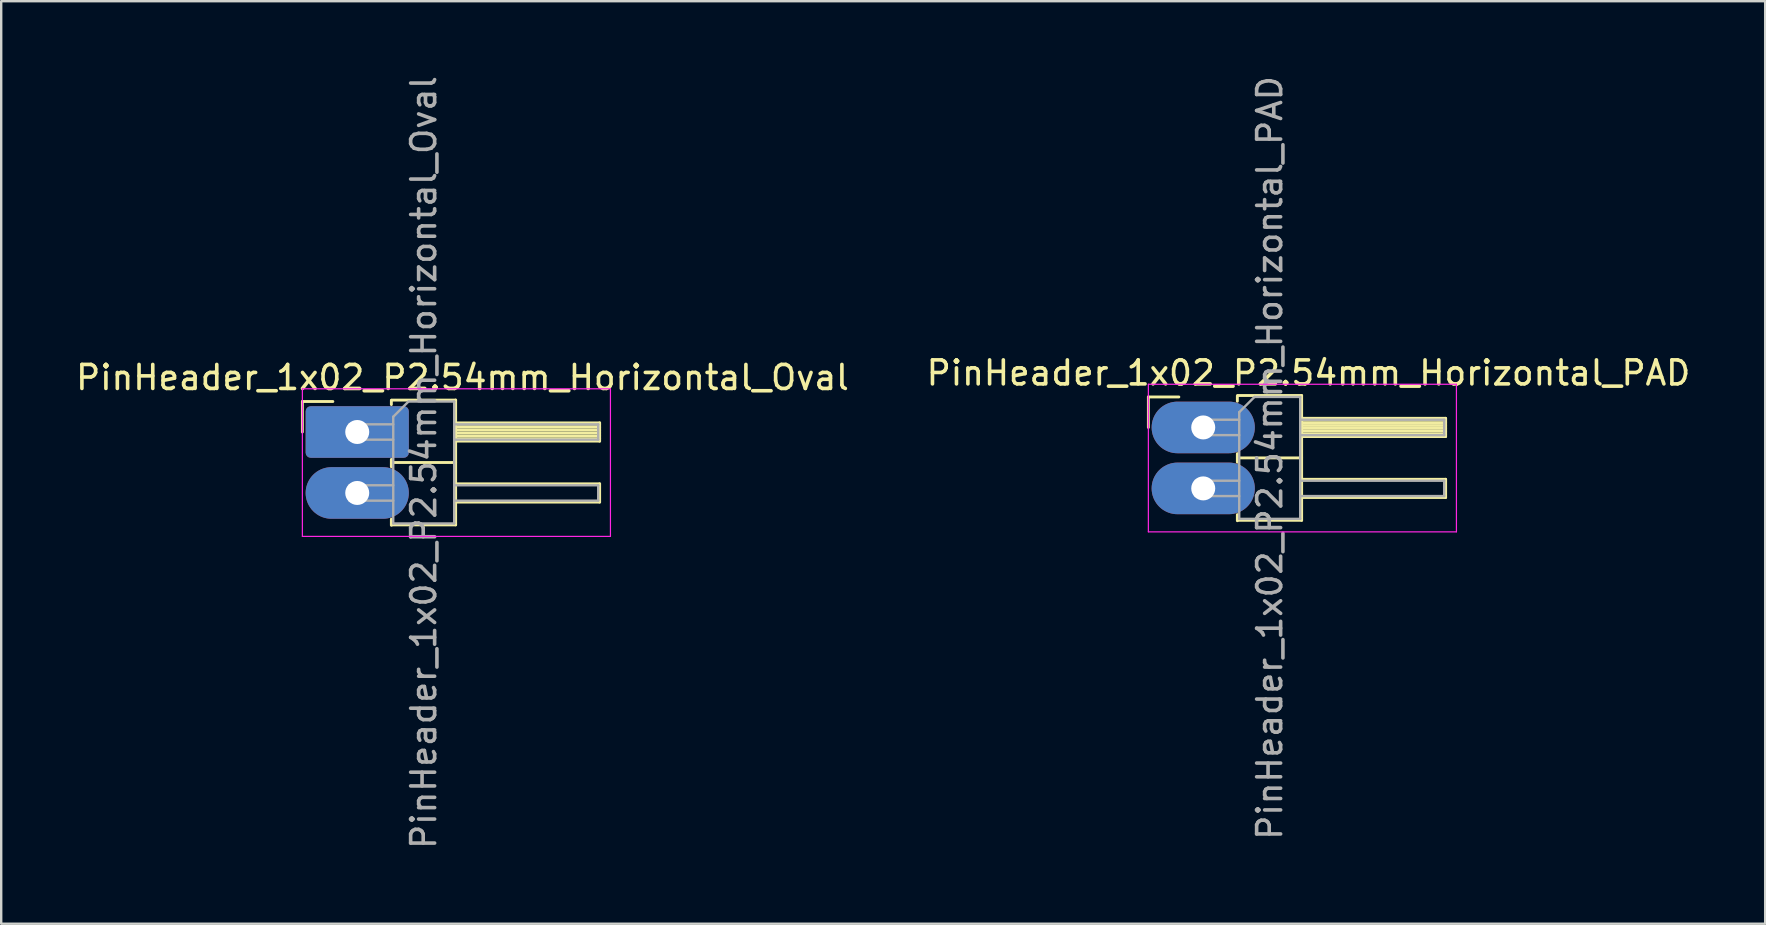
<source format=kicad_pcb>
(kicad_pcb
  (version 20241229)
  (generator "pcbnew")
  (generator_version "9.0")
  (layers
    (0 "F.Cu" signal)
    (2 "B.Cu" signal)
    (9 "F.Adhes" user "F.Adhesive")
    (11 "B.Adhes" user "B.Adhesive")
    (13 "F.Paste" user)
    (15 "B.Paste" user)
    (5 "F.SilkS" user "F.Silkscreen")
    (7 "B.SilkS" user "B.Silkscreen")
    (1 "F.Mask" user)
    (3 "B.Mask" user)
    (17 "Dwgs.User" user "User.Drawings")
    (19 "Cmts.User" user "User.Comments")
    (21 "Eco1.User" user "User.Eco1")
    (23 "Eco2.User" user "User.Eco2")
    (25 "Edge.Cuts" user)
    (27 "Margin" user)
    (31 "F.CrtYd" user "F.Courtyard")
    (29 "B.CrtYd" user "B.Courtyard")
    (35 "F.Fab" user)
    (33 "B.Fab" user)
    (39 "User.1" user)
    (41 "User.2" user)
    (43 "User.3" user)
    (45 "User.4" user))
  (footprint "PinHeader_1x02_P2.54mm_Horizontal_PAD"
    (layer "F.Cu")
    (at 47.085 14.76)
    (property "Reference" "PinHeader_1x02_P2.54mm_Horizontal_PAD" (at 4.385 -2.27 0) (layer "F.SilkS") (effects (font (size 1 1) (thickness 0.15))))
    (attr through_hole)
    (fp_line (start -2.286 -1.27) (end -1.016 -1.27) (stroke (width 0.12) (type solid)) (layer "F.SilkS"))
    (fp_line (start -2.286 0) (end -2.286 -1.27) (stroke (width 0.12) (type solid)) (layer "F.SilkS"))
    (fp_line (start 1.422 -1.321) (end 1.422 -1.092) (stroke (width 0.12) (type solid)) (layer "F.SilkS"))
    (fp_line (start 1.422 1.092) (end 1.422 1.448) (stroke (width 0.12) (type solid)) (layer "F.SilkS"))
    (fp_line (start 1.422 3.632) (end 1.422 3.886) (stroke (width 0.12) (type solid)) (layer "F.SilkS"))
    (fp_line (start 1.44 1.27) (end 4.1 1.27) (stroke (width 0.12) (type solid)) (layer "F.SilkS"))
    (fp_line (start 1.44 3.87) (end 4.1 3.87) (stroke (width 0.12) (type solid)) (layer "F.SilkS"))
    (fp_line (start 4.1 -1.33) (end 1.44 -1.33) (stroke (width 0.12) (type solid)) (layer "F.SilkS"))
    (fp_line (start 4.1 -0.38) (end 10.1 -0.38) (stroke (width 0.12) (type solid)) (layer "F.SilkS"))
    (fp_line (start 4.1 -0.32) (end 10.1 -0.32) (stroke (width 0.12) (type solid)) (layer "F.SilkS"))
    (fp_line (start 4.1 -0.2) (end 10.1 -0.2) (stroke (width 0.12) (type solid)) (layer "F.SilkS"))
    (fp_line (start 4.1 -0.08) (end 10.1 -0.08) (stroke (width 0.12) (type solid)) (layer "F.SilkS"))
    (fp_line (start 4.1 0.04) (end 10.1 0.04) (stroke (width 0.12) (type solid)) (layer "F.SilkS"))
    (fp_line (start 4.1 0.16) (end 10.1 0.16) (stroke (width 0.12) (type solid)) (layer "F.SilkS"))
    (fp_line (start 4.1 0.28) (end 10.1 0.28) (stroke (width 0.12) (type solid)) (layer "F.SilkS"))
    (fp_line (start 4.1 2.16) (end 10.1 2.16) (stroke (width 0.12) (type solid)) (layer "F.SilkS"))
    (fp_line (start 4.1 3.87) (end 4.1 -1.33) (stroke (width 0.12) (type solid)) (layer "F.SilkS"))
    (fp_line (start 10.1 -0.38) (end 10.1 0.38) (stroke (width 0.12) (type solid)) (layer "F.SilkS"))
    (fp_line (start 10.1 0.38) (end 4.1 0.38) (stroke (width 0.12) (type solid)) (layer "F.SilkS"))
    (fp_line (start 10.1 2.16) (end 10.1 2.92) (stroke (width 0.12) (type solid)) (layer "F.SilkS"))
    (fp_line (start 10.1 2.92) (end 4.1 2.92) (stroke (width 0.12) (type solid)) (layer "F.SilkS"))
    (fp_line (start -2.286 -1.8) (end -2.286 4.35) (stroke (width 0.05) (type solid)) (layer "F.CrtYd"))
    (fp_line (start -2.286 4.35) (end 10.55 4.35) (stroke (width 0.05) (type solid)) (layer "F.CrtYd"))
    (fp_line (start 10.55 -1.8) (end -2.286 -1.8) (stroke (width 0.05) (type solid)) (layer "F.CrtYd"))
    (fp_line (start 10.55 4.35) (end 10.55 -1.8) (stroke (width 0.05) (type solid)) (layer "F.CrtYd"))
    (fp_line (start -0.32 -0.32) (end -0.32 0.32) (stroke (width 0.1) (type solid)) (layer "F.Fab"))
    (fp_line (start -0.32 -0.32) (end 1.5 -0.32) (stroke (width 0.1) (type solid)) (layer "F.Fab"))
    (fp_line (start -0.32 0.32) (end 1.5 0.32) (stroke (width 0.1) (type solid)) (layer "F.Fab"))
    (fp_line (start -0.32 2.22) (end -0.32 2.86) (stroke (width 0.1) (type solid)) (layer "F.Fab"))
    (fp_line (start -0.32 2.22) (end 1.5 2.22) (stroke (width 0.1) (type solid)) (layer "F.Fab"))
    (fp_line (start -0.32 2.86) (end 1.5 2.86) (stroke (width 0.1) (type solid)) (layer "F.Fab"))
    (fp_line (start 1.5 -0.635) (end 2.135 -1.27) (stroke (width 0.1) (type solid)) (layer "F.Fab"))
    (fp_line (start 1.5 3.81) (end 1.5 -0.635) (stroke (width 0.1) (type solid)) (layer "F.Fab"))
    (fp_line (start 2.135 -1.27) (end 4.04 -1.27) (stroke (width 0.1) (type solid)) (layer "F.Fab"))
    (fp_line (start 4.04 -1.27) (end 4.04 3.81) (stroke (width 0.1) (type solid)) (layer "F.Fab"))
    (fp_line (start 4.04 -0.32) (end 10.04 -0.32) (stroke (width 0.1) (type solid)) (layer "F.Fab"))
    (fp_line (start 4.04 0.32) (end 10.04 0.32) (stroke (width 0.1) (type solid)) (layer "F.Fab"))
    (fp_line (start 4.04 2.22) (end 10.04 2.22) (stroke (width 0.1) (type solid)) (layer "F.Fab"))
    (fp_line (start 4.04 2.86) (end 10.04 2.86) (stroke (width 0.1) (type solid)) (layer "F.Fab"))
    (fp_line (start 4.04 3.81) (end 1.5 3.81) (stroke (width 0.1) (type solid)) (layer "F.Fab"))
    (fp_line (start 10.04 -0.32) (end 10.04 0.32) (stroke (width 0.1) (type solid)) (layer "F.Fab"))
    (fp_line (start 10.04 2.22) (end 10.04 2.86) (stroke (width 0.1) (type solid)) (layer "F.Fab"))
    (fp_text user "${REFERENCE}" (at 2.77 1.27 90) (layer "F.Fab") (effects (font (size 1 1) (thickness 0.15))))
    (pad "1" thru_hole oval (at 0 0) (size 4.3 2.15) (drill 1) (layers "*.Cu" "*.Mask"))
    (pad "2" thru_hole oval (at 0 2.54) (size 4.3 2.15) (drill 1) (layers "*.Cu" "*.Mask")))
  (footprint "PinHeader_1x02_P2.54mm_Horizontal_Oval"
    (layer "F.Cu")
    (at 11.835 14.95)
    (property "Reference" "PinHeader_1x02_P2.54mm_Horizontal_Oval" (at 4.385 -2.27 0) (layer "F.SilkS") (effects (font (size 1 1) (thickness 0.15))))
    (attr through_hole)
    (fp_line (start -2.286 -1.27) (end -1.016 -1.27) (stroke (width 0.12) (type solid)) (layer "F.SilkS"))
    (fp_line (start -2.286 0) (end -2.286 -1.27) (stroke (width 0.12) (type solid)) (layer "F.SilkS"))
    (fp_line (start 1.422 -1.321) (end 1.422 -1.143) (stroke (width 0.12) (type solid)) (layer "F.SilkS"))
    (fp_line (start 1.422 1.143) (end 1.422 1.448) (stroke (width 0.12) (type solid)) (layer "F.SilkS"))
    (fp_line (start 1.422 3.632) (end 1.422 3.886) (stroke (width 0.12) (type solid)) (layer "F.SilkS"))
    (fp_line (start 1.44 1.27) (end 4.1 1.27) (stroke (width 0.12) (type solid)) (layer "F.SilkS"))
    (fp_line (start 1.44 3.87) (end 4.1 3.87) (stroke (width 0.12) (type solid)) (layer "F.SilkS"))
    (fp_line (start 4.1 -1.33) (end 1.44 -1.33) (stroke (width 0.12) (type solid)) (layer "F.SilkS"))
    (fp_line (start 4.1 -0.38) (end 10.1 -0.38) (stroke (width 0.12) (type solid)) (layer "F.SilkS"))
    (fp_line (start 4.1 -0.32) (end 10.1 -0.32) (stroke (width 0.12) (type solid)) (layer "F.SilkS"))
    (fp_line (start 4.1 -0.2) (end 10.1 -0.2) (stroke (width 0.12) (type solid)) (layer "F.SilkS"))
    (fp_line (start 4.1 -0.08) (end 10.1 -0.08) (stroke (width 0.12) (type solid)) (layer "F.SilkS"))
    (fp_line (start 4.1 0.04) (end 10.1 0.04) (stroke (width 0.12) (type solid)) (layer "F.SilkS"))
    (fp_line (start 4.1 0.16) (end 10.1 0.16) (stroke (width 0.12) (type solid)) (layer "F.SilkS"))
    (fp_line (start 4.1 0.28) (end 10.1 0.28) (stroke (width 0.12) (type solid)) (layer "F.SilkS"))
    (fp_line (start 4.1 2.16) (end 10.1 2.16) (stroke (width 0.12) (type solid)) (layer "F.SilkS"))
    (fp_line (start 4.1 3.87) (end 4.1 -1.33) (stroke (width 0.12) (type solid)) (layer "F.SilkS"))
    (fp_line (start 10.1 -0.38) (end 10.1 0.38) (stroke (width 0.12) (type solid)) (layer "F.SilkS"))
    (fp_line (start 10.1 0.38) (end 4.1 0.38) (stroke (width 0.12) (type solid)) (layer "F.SilkS"))
    (fp_line (start 10.1 2.16) (end 10.1 2.92) (stroke (width 0.12) (type solid)) (layer "F.SilkS"))
    (fp_line (start 10.1 2.92) (end 4.1 2.92) (stroke (width 0.12) (type solid)) (layer "F.SilkS"))
    (fp_line (start -2.286 -1.8) (end -2.286 4.35) (stroke (width 0.05) (type solid)) (layer "F.CrtYd"))
    (fp_line (start -2.286 4.35) (end 10.55 4.35) (stroke (width 0.05) (type solid)) (layer "F.CrtYd"))
    (fp_line (start 10.55 -1.8) (end -2.286 -1.8) (stroke (width 0.05) (type solid)) (layer "F.CrtYd"))
    (fp_line (start 10.55 4.35) (end 10.55 -1.8) (stroke (width 0.05) (type solid)) (layer "F.CrtYd"))
    (fp_line (start -0.32 -0.32) (end -0.32 0.32) (stroke (width 0.1) (type solid)) (layer "F.Fab"))
    (fp_line (start -0.32 -0.32) (end 1.5 -0.32) (stroke (width 0.1) (type solid)) (layer "F.Fab"))
    (fp_line (start -0.32 0.32) (end 1.5 0.32) (stroke (width 0.1) (type solid)) (layer "F.Fab"))
    (fp_line (start -0.32 2.22) (end -0.32 2.86) (stroke (width 0.1) (type solid)) (layer "F.Fab"))
    (fp_line (start -0.32 2.22) (end 1.5 2.22) (stroke (width 0.1) (type solid)) (layer "F.Fab"))
    (fp_line (start -0.32 2.86) (end 1.5 2.86) (stroke (width 0.1) (type solid)) (layer "F.Fab"))
    (fp_line (start 1.5 -0.635) (end 2.135 -1.27) (stroke (width 0.1) (type solid)) (layer "F.Fab"))
    (fp_line (start 1.5 3.81) (end 1.5 -0.635) (stroke (width 0.1) (type solid)) (layer "F.Fab"))
    (fp_line (start 2.135 -1.27) (end 4.04 -1.27) (stroke (width 0.1) (type solid)) (layer "F.Fab"))
    (fp_line (start 4.04 -1.27) (end 4.04 3.81) (stroke (width 0.1) (type solid)) (layer "F.Fab"))
    (fp_line (start 4.04 -0.32) (end 10.04 -0.32) (stroke (width 0.1) (type solid)) (layer "F.Fab"))
    (fp_line (start 4.04 0.32) (end 10.04 0.32) (stroke (width 0.1) (type solid)) (layer "F.Fab"))
    (fp_line (start 4.04 2.22) (end 10.04 2.22) (stroke (width 0.1) (type solid)) (layer "F.Fab"))
    (fp_line (start 4.04 2.86) (end 10.04 2.86) (stroke (width 0.1) (type solid)) (layer "F.Fab"))
    (fp_line (start 4.04 3.81) (end 1.5 3.81) (stroke (width 0.1) (type solid)) (layer "F.Fab"))
    (fp_line (start 10.04 -0.32) (end 10.04 0.32) (stroke (width 0.1) (type solid)) (layer "F.Fab"))
    (fp_line (start 10.04 2.22) (end 10.04 2.86) (stroke (width 0.1) (type solid)) (layer "F.Fab"))
    (fp_text user "${REFERENCE}" (at 2.77 1.27 90) (layer "F.Fab") (effects (font (size 1 1) (thickness 0.15))))
    (pad "1" thru_hole roundrect (at 0 0) (size 4.3 2.15) (drill 1) (layers "*.Cu" "*.Mask") (roundrect_rratio 0.1))
    (pad "2" thru_hole oval (at 0 2.54) (size 4.3 2.15) (drill 1) (layers "*.Cu" "*.Mask")))
  (gr_rect
    (start -3 -3)
    (end 70.5 35.44)
    (stroke (width 0.1) (type default))
    (fill no)
    (layer "Edge.Cuts")))
</source>
